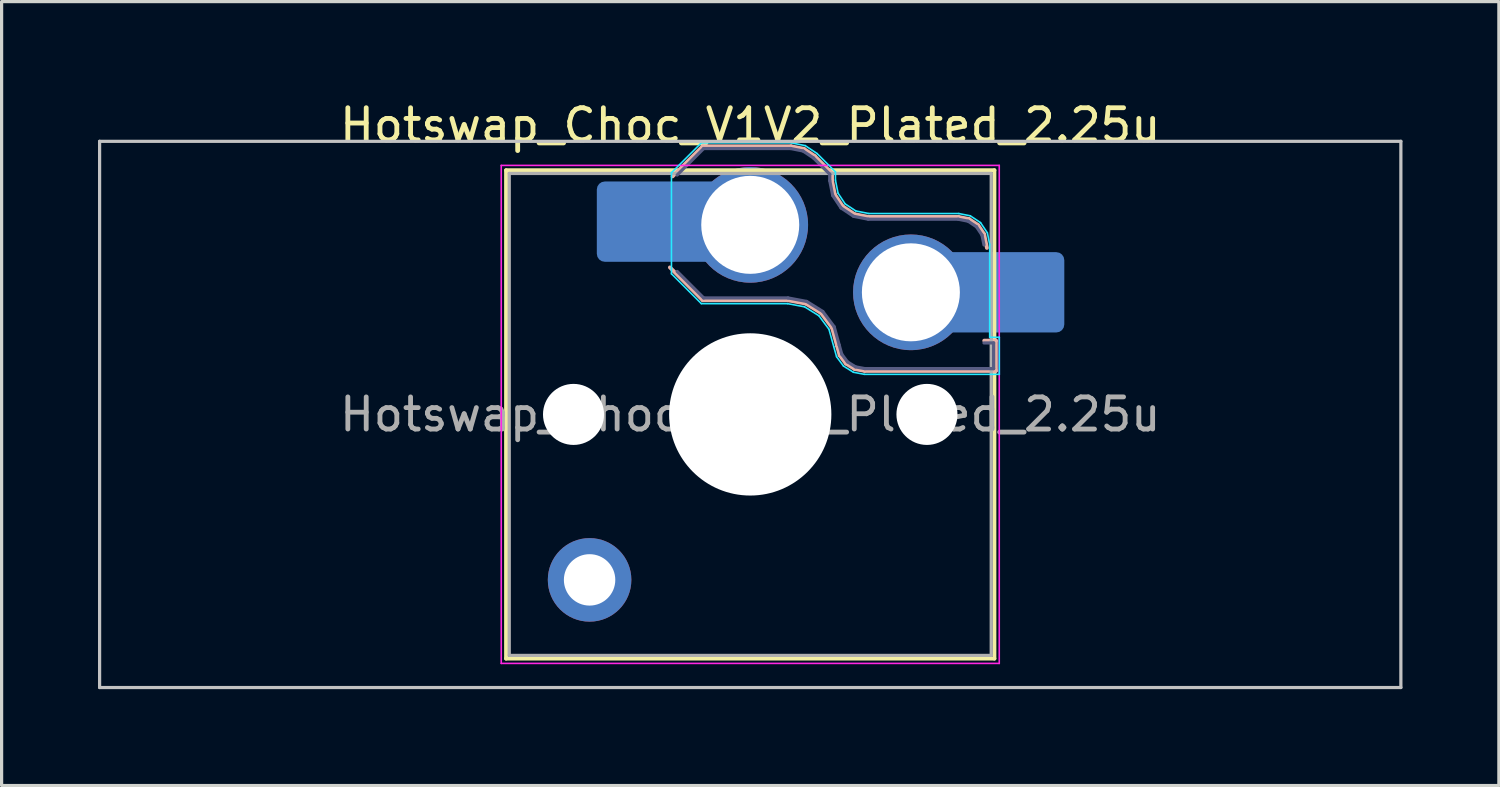
<source format=kicad_pcb>
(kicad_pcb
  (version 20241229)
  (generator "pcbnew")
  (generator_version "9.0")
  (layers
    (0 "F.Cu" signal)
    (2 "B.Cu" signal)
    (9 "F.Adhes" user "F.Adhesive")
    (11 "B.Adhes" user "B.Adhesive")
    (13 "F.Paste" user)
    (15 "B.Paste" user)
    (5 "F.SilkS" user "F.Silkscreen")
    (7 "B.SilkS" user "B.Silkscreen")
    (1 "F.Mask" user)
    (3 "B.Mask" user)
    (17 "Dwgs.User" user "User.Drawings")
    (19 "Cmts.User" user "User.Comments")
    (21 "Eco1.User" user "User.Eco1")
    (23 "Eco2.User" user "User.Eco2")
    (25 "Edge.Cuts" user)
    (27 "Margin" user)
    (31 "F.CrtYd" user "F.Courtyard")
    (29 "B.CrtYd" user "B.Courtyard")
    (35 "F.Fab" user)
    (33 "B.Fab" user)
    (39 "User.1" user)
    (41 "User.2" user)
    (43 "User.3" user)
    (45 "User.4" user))
  (footprint "Hotswap_Choc_V1V2_Plated_2.25u"
    (layer "F.Cu")
    (at 20.3 9.848)
    (property "Reference" "Hotswap_Choc_V1V2_Plated_2.25u" (at 0 -9 0) (layer "F.SilkS") (effects (font (size 1 1) (thickness 0.15))))
    (attr smd allow_soldermask_bridges)
    (fp_line (start -7.6 -7.6) (end -7.6 7.6) (stroke (width 0.12) (type solid)) (layer "F.SilkS"))
    (fp_line (start -7.6 7.6) (end 7.6 7.6) (stroke (width 0.12) (type solid)) (layer "F.SilkS"))
    (fp_line (start 7.6 -7.6) (end -7.6 -7.6) (stroke (width 0.12) (type solid)) (layer "F.SilkS"))
    (fp_line (start 7.6 7.6) (end 7.6 -7.6) (stroke (width 0.12) (type solid)) (layer "F.SilkS"))
    (fp_line (start -2.416 -7.409) (end -1.479 -8.346) (stroke (width 0.12) (type solid)) (layer "B.SilkS"))
    (fp_line (start -1.479 -8.346) (end 1.268 -8.346) (stroke (width 0.12) (type solid)) (layer "B.SilkS"))
    (fp_line (start -1.479 -3.554) (end -2.5 -4.575) (stroke (width 0.12) (type solid)) (layer "B.SilkS"))
    (fp_line (start 1.168 -3.554) (end -1.479 -3.554) (stroke (width 0.12) (type solid)) (layer "B.SilkS"))
    (fp_line (start 1.268 -8.346) (end 1.671 -8.266) (stroke (width 0.12) (type solid)) (layer "B.SilkS"))
    (fp_line (start 1.671 -8.266) (end 2.013 -8.037) (stroke (width 0.12) (type solid)) (layer "B.SilkS"))
    (fp_line (start 1.73 -3.449) (end 1.168 -3.554) (stroke (width 0.12) (type solid)) (layer "B.SilkS"))
    (fp_line (start 2.013 -8.037) (end 2.546 -7.504) (stroke (width 0.12) (type solid)) (layer "B.SilkS"))
    (fp_line (start 2.209 -3.15) (end 1.73 -3.449) (stroke (width 0.12) (type solid)) (layer "B.SilkS"))
    (fp_line (start 2.546 -7.504) (end 2.546 -7.282) (stroke (width 0.12) (type solid)) (layer "B.SilkS"))
    (fp_line (start 2.546 -7.282) (end 2.633 -6.844) (stroke (width 0.12) (type solid)) (layer "B.SilkS"))
    (fp_line (start 2.547 -2.697) (end 2.209 -3.15) (stroke (width 0.12) (type solid)) (layer "B.SilkS"))
    (fp_line (start 2.633 -6.844) (end 2.877 -6.477) (stroke (width 0.12) (type solid)) (layer "B.SilkS"))
    (fp_line (start 2.701 -2.139) (end 2.547 -2.697) (stroke (width 0.12) (type solid)) (layer "B.SilkS"))
    (fp_line (start 2.783 -1.841) (end 2.701 -2.139) (stroke (width 0.12) (type solid)) (layer "B.SilkS"))
    (fp_line (start 2.877 -6.477) (end 3.244 -6.233) (stroke (width 0.12) (type solid)) (layer "B.SilkS"))
    (fp_line (start 2.976 -1.583) (end 2.783 -1.841) (stroke (width 0.12) (type solid)) (layer "B.SilkS"))
    (fp_line (start 3.244 -6.233) (end 3.682 -6.146) (stroke (width 0.12) (type solid)) (layer "B.SilkS"))
    (fp_line (start 3.25 -1.413) (end 2.976 -1.583) (stroke (width 0.12) (type solid)) (layer "B.SilkS"))
    (fp_line (start 3.56 -1.354) (end 3.25 -1.413) (stroke (width 0.12) (type solid)) (layer "B.SilkS"))
    (fp_line (start 3.682 -6.146) (end 6.482 -6.146) (stroke (width 0.12) (type solid)) (layer "B.SilkS"))
    (fp_line (start 6.482 -6.146) (end 6.809 -6.081) (stroke (width 0.12) (type solid)) (layer "B.SilkS"))
    (fp_line (start 6.809 -6.081) (end 7.092 -5.892) (stroke (width 0.12) (type solid)) (layer "B.SilkS"))
    (fp_line (start 7.092 -5.892) (end 7.281 -5.609) (stroke (width 0.12) (type solid)) (layer "B.SilkS"))
    (fp_line (start 7.281 -5.609) (end 7.366 -5.182) (stroke (width 0.12) (type solid)) (layer "B.SilkS"))
    (fp_line (start 7.283 -2.296) (end 7.646 -2.296) (stroke (width 0.12) (type solid)) (layer "B.SilkS"))
    (fp_line (start 7.646 -2.296) (end 7.646 -1.354) (stroke (width 0.12) (type solid)) (layer "B.SilkS"))
    (fp_line (start 7.646 -1.354) (end 3.56 -1.354) (stroke (width 0.12) (type solid)) (layer "B.SilkS"))
    (fp_line (start -20.25 -8.5) (end -20.25 8.5) (stroke (width 0.1) (type solid)) (layer "Dwgs.User"))
    (fp_line (start -20.25 8.5) (end 20.25 8.5) (stroke (width 0.1) (type solid)) (layer "Dwgs.User"))
    (fp_line (start 20.25 -8.5) (end -20.25 -8.5) (stroke (width 0.1) (type solid)) (layer "Dwgs.User"))
    (fp_line (start 20.25 8.5) (end 20.25 -8.5) (stroke (width 0.1) (type solid)) (layer "Dwgs.User"))
    (fp_line (start -7.25 -7.25) (end -7.25 7.25) (stroke (width 0.1) (type solid)) (layer "Eco1.User"))
    (fp_line (start -7.25 7.25) (end 7.25 7.25) (stroke (width 0.1) (type solid)) (layer "Eco1.User"))
    (fp_line (start 7.25 -7.25) (end -7.25 -7.25) (stroke (width 0.1) (type solid)) (layer "Eco1.User"))
    (fp_line (start 7.25 7.25) (end 7.25 -7.25) (stroke (width 0.1) (type solid)) (layer "Eco1.User"))
    (fp_line (start -2.452 -7.523) (end -1.523 -8.452) (stroke (width 0.05) (type solid)) (layer "B.CrtYd"))
    (fp_line (start -2.452 -4.377) (end -2.452 -7.523) (stroke (width 0.05) (type solid)) (layer "B.CrtYd"))
    (fp_line (start -1.523 -8.452) (end 1.278 -8.452) (stroke (width 0.05) (type solid)) (layer "B.CrtYd"))
    (fp_line (start -1.523 -3.448) (end -2.452 -4.377) (stroke (width 0.05) (type solid)) (layer "B.CrtYd"))
    (fp_line (start 1.159 -3.448) (end -1.523 -3.448) (stroke (width 0.05) (type solid)) (layer "B.CrtYd"))
    (fp_line (start 1.278 -8.452) (end 1.712 -8.366) (stroke (width 0.05) (type solid)) (layer "B.CrtYd"))
    (fp_line (start 1.691 -3.348) (end 1.159 -3.448) (stroke (width 0.05) (type solid)) (layer "B.CrtYd"))
    (fp_line (start 1.712 -8.366) (end 2.081 -8.119) (stroke (width 0.05) (type solid)) (layer "B.CrtYd"))
    (fp_line (start 2.081 -8.119) (end 2.652 -7.548) (stroke (width 0.05) (type solid)) (layer "B.CrtYd"))
    (fp_line (start 2.136 -3.071) (end 1.691 -3.348) (stroke (width 0.05) (type solid)) (layer "B.CrtYd"))
    (fp_line (start 2.45 -2.65) (end 2.136 -3.071) (stroke (width 0.05) (type solid)) (layer "B.CrtYd"))
    (fp_line (start 2.599 -2.111) (end 2.45 -2.65) (stroke (width 0.05) (type solid)) (layer "B.CrtYd"))
    (fp_line (start 2.652 -7.548) (end 2.652 -7.292) (stroke (width 0.05) (type solid)) (layer "B.CrtYd"))
    (fp_line (start 2.652 -7.292) (end 2.733 -6.885) (stroke (width 0.05) (type solid)) (layer "B.CrtYd"))
    (fp_line (start 2.687 -1.794) (end 2.599 -2.111) (stroke (width 0.05) (type solid)) (layer "B.CrtYd"))
    (fp_line (start 2.733 -6.885) (end 2.953 -6.553) (stroke (width 0.05) (type solid)) (layer "B.CrtYd"))
    (fp_line (start 2.903 -1.503) (end 2.687 -1.794) (stroke (width 0.05) (type solid)) (layer "B.CrtYd"))
    (fp_line (start 2.953 -6.553) (end 3.285 -6.333) (stroke (width 0.05) (type solid)) (layer "B.CrtYd"))
    (fp_line (start 3.211 -1.312) (end 2.903 -1.503) (stroke (width 0.05) (type solid)) (layer "B.CrtYd"))
    (fp_line (start 3.285 -6.333) (end 3.692 -6.252) (stroke (width 0.05) (type solid)) (layer "B.CrtYd"))
    (fp_line (start 3.55 -1.248) (end 3.211 -1.312) (stroke (width 0.05) (type solid)) (layer "B.CrtYd"))
    (fp_line (start 3.692 -6.252) (end 6.492 -6.252) (stroke (width 0.05) (type solid)) (layer "B.CrtYd"))
    (fp_line (start 6.492 -6.252) (end 6.85 -6.181) (stroke (width 0.05) (type solid)) (layer "B.CrtYd"))
    (fp_line (start 6.85 -6.181) (end 7.168 -5.968) (stroke (width 0.05) (type solid)) (layer "B.CrtYd"))
    (fp_line (start 7.168 -5.968) (end 7.381 -5.65) (stroke (width 0.05) (type solid)) (layer "B.CrtYd"))
    (fp_line (start 7.381 -5.65) (end 7.452 -5.292) (stroke (width 0.05) (type solid)) (layer "B.CrtYd"))
    (fp_line (start 7.452 -5.292) (end 7.452 -2.402) (stroke (width 0.05) (type solid)) (layer "B.CrtYd"))
    (fp_line (start 7.452 -2.402) (end 7.752 -2.402) (stroke (width 0.05) (type solid)) (layer "B.CrtYd"))
    (fp_line (start 7.752 -2.402) (end 7.752 -1.248) (stroke (width 0.05) (type solid)) (layer "B.CrtYd"))
    (fp_line (start 7.752 -1.248) (end 3.55 -1.248) (stroke (width 0.05) (type solid)) (layer "B.CrtYd"))
    (fp_line (start -7.75 -7.75) (end -7.75 7.75) (stroke (width 0.05) (type solid)) (layer "F.CrtYd"))
    (fp_line (start -7.75 7.75) (end 7.75 7.75) (stroke (width 0.05) (type solid)) (layer "F.CrtYd"))
    (fp_line (start 7.75 -7.75) (end -7.75 -7.75) (stroke (width 0.05) (type solid)) (layer "F.CrtYd"))
    (fp_line (start 7.75 7.75) (end 7.75 -7.75) (stroke (width 0.05) (type solid)) (layer "F.CrtYd"))
    (fp_line (start -2.275 -7.45) (end -1.45 -8.275) (stroke (width 0.1) (type solid)) (layer "B.Fab"))
    (fp_line (start -1.45 -8.275) (end 1.261 -8.275) (stroke (width 0.1) (type solid)) (layer "B.Fab"))
    (fp_line (start -1.45 -3.625) (end -2.275 -4.45) (stroke (width 0.1) (type solid)) (layer "B.Fab"))
    (fp_line (start 1.175 -3.625) (end -1.45 -3.625) (stroke (width 0.1) (type solid)) (layer "B.Fab"))
    (fp_line (start 1.261 -8.275) (end 1.643 -8.199) (stroke (width 0.1) (type solid)) (layer "B.Fab"))
    (fp_line (start 1.643 -8.199) (end 1.968 -7.982) (stroke (width 0.1) (type solid)) (layer "B.Fab"))
    (fp_line (start 1.756 -3.516) (end 1.175 -3.625) (stroke (width 0.1) (type solid)) (layer "B.Fab"))
    (fp_line (start 1.968 -7.982) (end 2.475 -7.475) (stroke (width 0.1) (type solid)) (layer "B.Fab"))
    (fp_line (start 2.258 -3.203) (end 1.756 -3.516) (stroke (width 0.1) (type solid)) (layer "B.Fab"))
    (fp_line (start 2.475 -7.475) (end 2.475 -7.275) (stroke (width 0.1) (type solid)) (layer "B.Fab"))
    (fp_line (start 2.475 -7.275) (end 2.566 -6.816) (stroke (width 0.1) (type solid)) (layer "B.Fab"))
    (fp_line (start 2.566 -6.816) (end 2.826 -6.426) (stroke (width 0.1) (type solid)) (layer "B.Fab"))
    (fp_line (start 2.612 -2.729) (end 2.258 -3.203) (stroke (width 0.1) (type solid)) (layer "B.Fab"))
    (fp_line (start 2.769 -2.158) (end 2.612 -2.729) (stroke (width 0.1) (type solid)) (layer "B.Fab"))
    (fp_line (start 2.826 -6.426) (end 3.216 -6.166) (stroke (width 0.1) (type solid)) (layer "B.Fab"))
    (fp_line (start 2.848 -1.873) (end 2.769 -2.158) (stroke (width 0.1) (type solid)) (layer "B.Fab"))
    (fp_line (start 3.025 -1.636) (end 2.848 -1.873) (stroke (width 0.1) (type solid)) (layer "B.Fab"))
    (fp_line (start 3.216 -6.166) (end 3.675 -6.075) (stroke (width 0.1) (type solid)) (layer "B.Fab"))
    (fp_line (start 3.276 -1.48) (end 3.025 -1.636) (stroke (width 0.1) (type solid)) (layer "B.Fab"))
    (fp_line (start 3.567 -1.425) (end 3.276 -1.48) (stroke (width 0.1) (type solid)) (layer "B.Fab"))
    (fp_line (start 3.675 -6.075) (end 6.475 -6.075) (stroke (width 0.1) (type solid)) (layer "B.Fab"))
    (fp_line (start 6.475 -6.075) (end 6.781 -6.014) (stroke (width 0.1) (type solid)) (layer "B.Fab"))
    (fp_line (start 6.781 -6.014) (end 7.041 -5.841) (stroke (width 0.1) (type solid)) (layer "B.Fab"))
    (fp_line (start 7.041 -5.841) (end 7.214 -5.581) (stroke (width 0.1) (type solid)) (layer "B.Fab"))
    (fp_line (start 7.214 -5.581) (end 7.275 -5.275) (stroke (width 0.1) (type solid)) (layer "B.Fab"))
    (fp_line (start 7.275 -2.225) (end 7.575 -2.225) (stroke (width 0.1) (type solid)) (layer "B.Fab"))
    (fp_line (start 7.575 -2.225) (end 7.575 -1.425) (stroke (width 0.1) (type solid)) (layer "B.Fab"))
    (fp_line (start 7.575 -1.425) (end 3.567 -1.425) (stroke (width 0.1) (type solid)) (layer "B.Fab"))
    (fp_line (start -7.5 -7.5) (end -7.5 7.5) (stroke (width 0.1) (type solid)) (layer "F.Fab"))
    (fp_line (start -7.5 7.5) (end 7.5 7.5) (stroke (width 0.1) (type solid)) (layer "F.Fab"))
    (fp_line (start 7.5 -7.5) (end -7.5 -7.5) (stroke (width 0.1) (type solid)) (layer "F.Fab"))
    (fp_line (start 7.5 7.5) (end 7.5 -7.5) (stroke (width 0.1) (type solid)) (layer "F.Fab"))
    (fp_text user "${REFERENCE}" (at 0 0 0) (layer "F.Fab") (effects (font (size 1 1) (thickness 0.15))))
    (pad "" np_thru_hole circle (at -5.5 0) (size 1.9 1.9) (drill 1.9) (layers "*.Cu" "*.Mask"))
    (pad "" thru_hole circle (at -5 5.15) (size 2.6 2.6) (drill 1.6) (layers "*.Cu" "*.Mask"))
    (pad "" smd roundrect (at -3.5 -6) (size 2.55 2.5) (layers "B.Mask" "B.Paste") (roundrect_rratio 0.1))
    (pad "" np_thru_hole circle (at 0 0) (size 5.05 5.05) (drill 5.05) (layers "*.Cu" "*.Mask"))
    (pad "" np_thru_hole circle (at 5.5 0) (size 1.9 1.9) (drill 1.9) (layers "*.Cu" "*.Mask"))
    (pad "" smd roundrect (at 8.5 -3.8) (size 2.55 2.5) (layers "B.Mask" "B.Paste") (roundrect_rratio 0.1))
    (pad "1" smd roundrect (at -2.85 -6) (size 3.85 2.5) (layers "B.Cu") (roundrect_rratio 0.1))
    (pad "1" thru_hole circle (at 0 -5.9) (size 3.6 3.6) (drill 3.05) (layers "*.Cu" "*.Mask"))
    (pad "2" thru_hole circle (at 5 -3.8) (size 3.6 3.6) (drill 3.05) (layers "*.Cu" "*.Mask"))
    (pad "2" smd roundrect (at 7.85 -3.8) (size 3.85 2.5) (layers "B.Cu") (roundrect_rratio 0.1)))
  (gr_rect
    (start -3 -3)
    (end 43.6 21.398)
    (stroke (width 0.1) (type default))
    (fill no)
    (layer "Edge.Cuts")))
</source>
